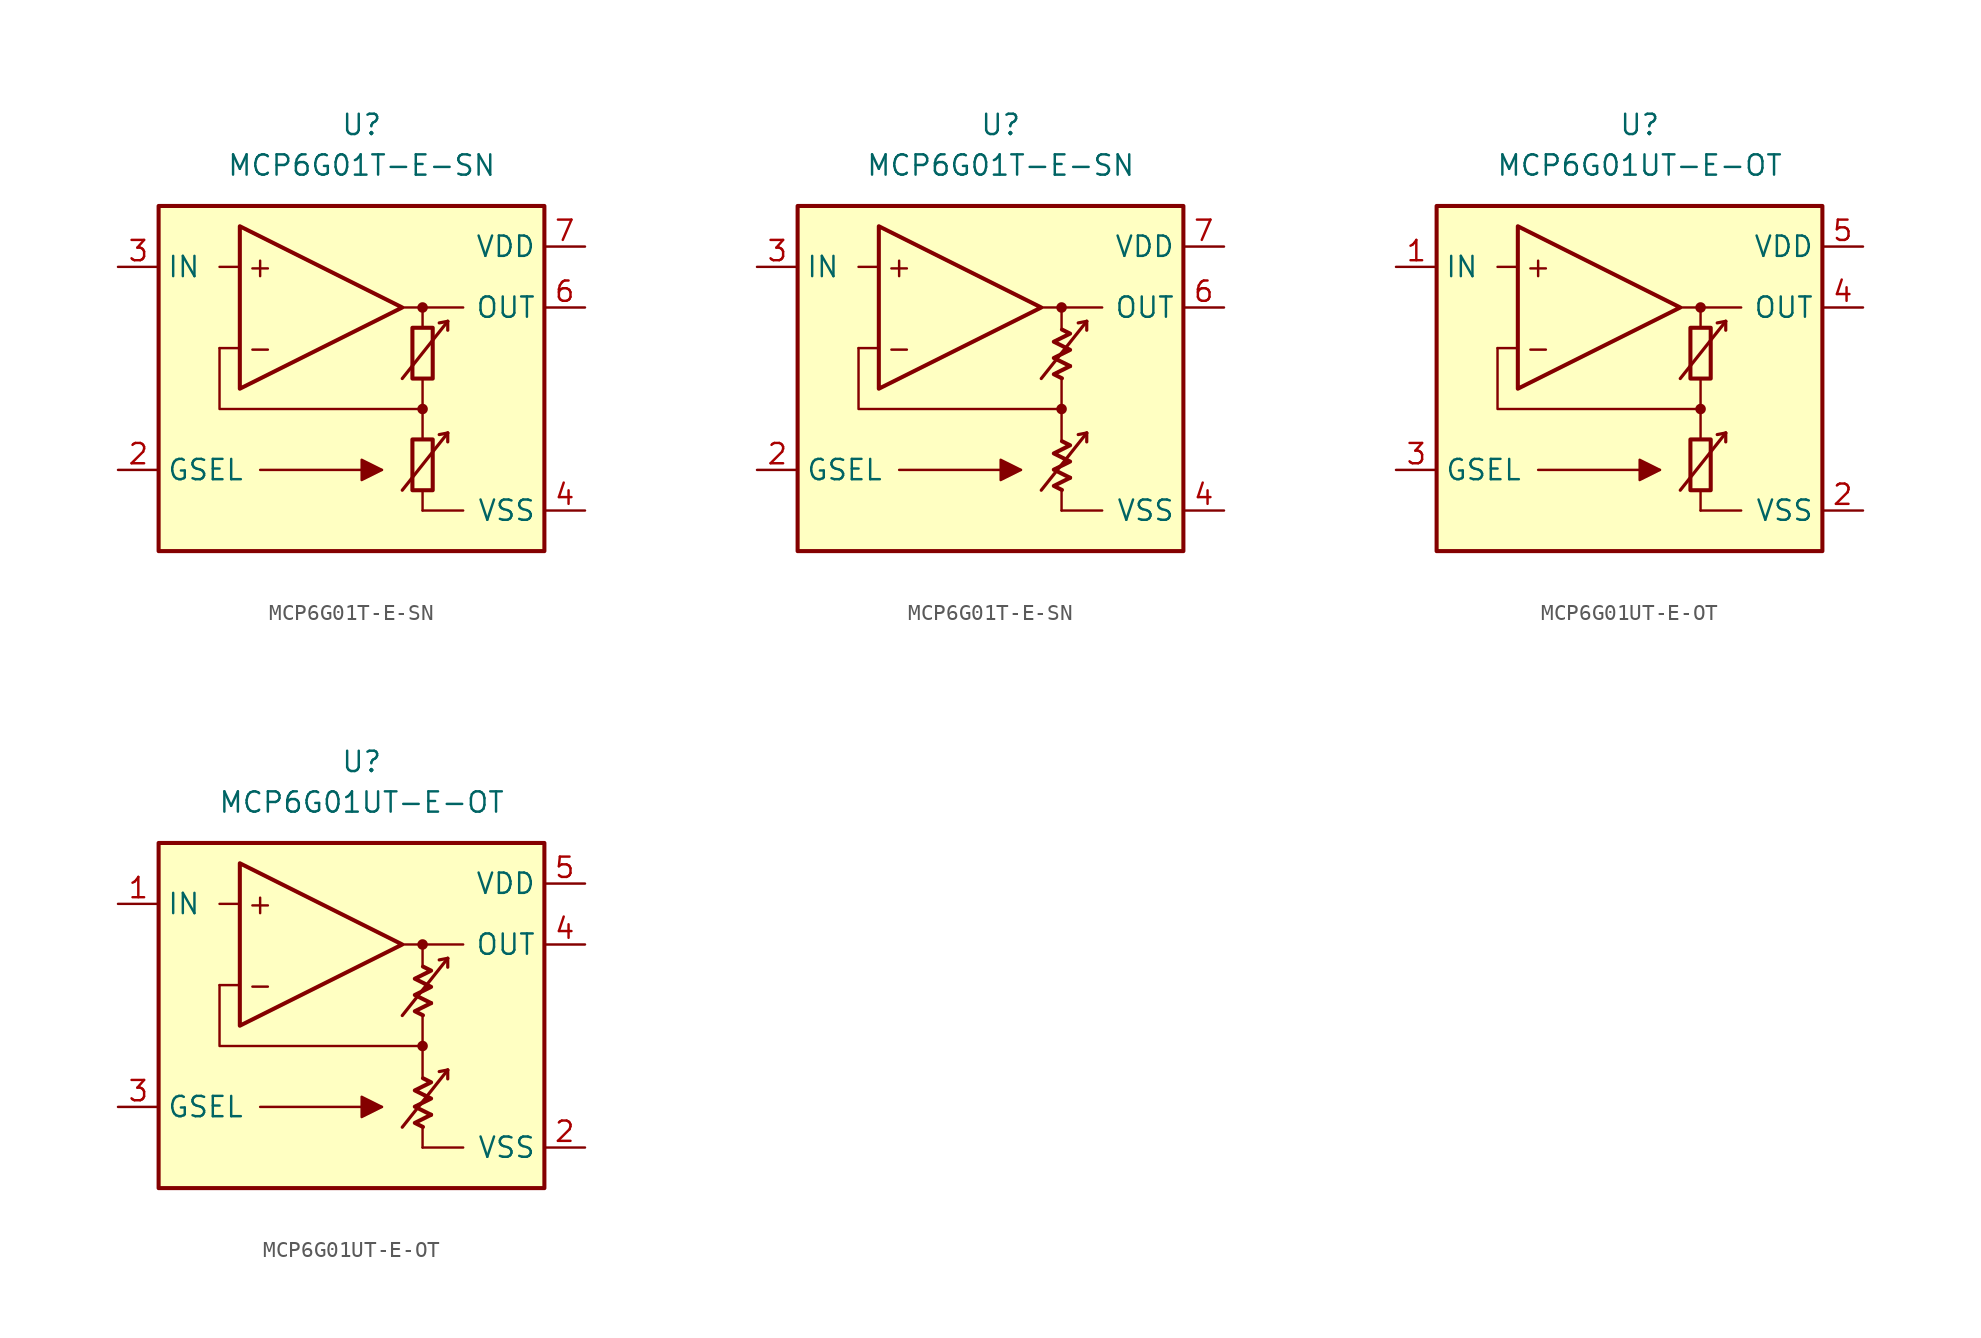
<source format=kicad_sym>
(kicad_symbol_lib
  (version 20231120)
  (generator "kicad_symbol_editor")
  (generator_version "8.0")
  (symbol "MCP6G01T-E-SN"
    (property "Reference" "U"
      (at 0 16.51 0)
      (effects (font (size 1.27 1.27))))
    (property "Value" "MCP6G01T-E-SN"
      (at 0 13.97 0)
      (effects (font (size 1.27 1.27))))
    (symbol "MCP6G01T-E-SN_0_0"
      (rectangle (start -12.7 11.43) (end 11.43 -10.16) (stroke (width 0.254) (type default)) (fill (type background)))
      (polyline (pts (xy 3.81 -3.81)) (stroke (width 0.152) (type default)) (fill (type none)))
      (polyline (pts (xy 3.81 -3.175)) (stroke (width 0.152) (type default)) (fill (type none)))
      (polyline (pts (xy 3.81 3.81)) (stroke (width 0.152) (type default)) (fill (type none)))
      (polyline (pts (xy 3.81 3.81)) (stroke (width 0.152) (type default)) (fill (type none)))
      (polyline (pts (xy -7.62 2.54) (xy -8.89 2.54)) (stroke (width 0.152) (type default)) (fill (type none)))
      (polyline (pts (xy -7.62 7.62) (xy -8.89 7.62)) (stroke (width 0.152) (type default)) (fill (type none)))
      (polyline (pts (xy 2.54 5.08) (xy 6.35 5.08)) (stroke (width 0.152) (type default)) (fill (type none)))
      (polyline (pts (xy 3.81 -7.62) (xy 6.35 -7.62)) (stroke (width 0.152) (type default)) (fill (type none)))
      (polyline (pts (xy 3.81 -6.35) (xy 3.81 -7.62)) (stroke (width 0.152) (type default)) (fill (type none)))
      (polyline (pts (xy 3.81 -1.27) (xy 3.81 -3.175)) (stroke (width 0.152) (type default)) (fill (type none)))
      (polyline (pts (xy 3.81 0.635) (xy 3.81 -1.27)) (stroke (width 0.152) (type default)) (fill (type none)))
      (polyline (pts (xy 3.81 5.08) (xy 3.81 3.81)) (stroke (width 0.152) (type default)) (fill (type none)))
      (polyline (pts (xy 3.81 -1.27) (xy -8.89 -1.27) (xy -8.89 2.54)) (stroke (width 0.152) (type default)) (fill (type none)))
      (circle (center 3.81 -1.27) (radius 0.254) (stroke (width 0.152) (type default)) (fill (type outline)))
      (circle (center 3.81 5.08) (radius 0.254) (stroke (width 0.152) (type default)) (fill (type outline)))
      (text "+" (at -6.35 7.62 0) (effects (font (size 1.27 1.27))))
      (text "-" (at -6.35 2.54 0) (effects (font (size 1.27 1.27)))))
    (symbol "MCP6G01T-E-SN_0_1"
      (rectangle (start 3.175 -3.175) (end 4.445 -6.35) (stroke (width 0.254) (type default)) (fill (type none)))
      (rectangle (start 3.175 3.81) (end 4.445 0.635) (stroke (width 0.254) (type default)) (fill (type none))))
    (symbol "MCP6G01T-E-SN_0_2"
      (polyline (pts (xy 4.343 -5.572) (xy 3.326 -6.08) (xy 3.834 -6.333)) (stroke (width 0.254) (type default)) (fill (type none)))
      (polyline (pts (xy 4.343 1.413) (xy 3.326 0.905) (xy 3.834 0.651)) (stroke (width 0.254) (type default)) (fill (type none)))
      (polyline (pts (xy 3.834 -3.285) (xy 4.343 -3.539) (xy 3.326 -4.048) (xy 4.343 -4.556) (xy 3.326 -5.064) (xy 4.343 -5.572)) (stroke (width 0.254) (type default)) (fill (type none)))
      (polyline (pts (xy 3.834 3.7) (xy 4.343 3.446) (xy 3.326 2.938) (xy 4.343 2.429) (xy 3.326 1.921) (xy 4.343 1.413)) (stroke (width 0.254) (type default)) (fill (type none))))
    (symbol "MCP6G01T-E-SN_1_0"
      (polyline (pts (xy -6.35 -5.08) (xy 1.27 -5.08)) (stroke (width 0.152) (type default)) (fill (type none)))
      (polyline (pts (xy 5.385 -2.769) (xy 4.851 -2.87)) (stroke (width 0.2) (type default)) (fill (type none)))
      (polyline (pts (xy 5.385 -2.769) (xy 5.385 -3.327)) (stroke (width 0.2) (type default)) (fill (type none)))
      (polyline (pts (xy 5.385 4.216) (xy 4.851 4.115)) (stroke (width 0.2) (type default)) (fill (type none)))
      (polyline (pts (xy 5.385 4.216) (xy 5.385 3.658)) (stroke (width 0.2) (type default)) (fill (type none)))
      (polyline (pts (xy -7.62 10.16) (xy -7.62 0) (xy 2.54 5.08) (xy -7.62 10.16)) (stroke (width 0.254) (type default)) (fill (type background)))
      (polyline (pts (xy 2.54 -6.35) (xy 5.385 -2.769) (xy 5.385 -2.769) (xy 5.385 -2.769)) (stroke (width 0.2) (type default)) (fill (type none)))
      (polyline (pts (xy 2.54 0.635) (xy 5.385 4.216) (xy 5.385 4.216) (xy 5.385 4.216)) (stroke (width 0.2) (type default)) (fill (type none)))
      (polyline (pts (xy 1.27 -5.08) (xy 0 -4.445) (xy 0 -5.715) (xy 1.27 -5.08) (xy 0 -4.445)) (stroke (width 0.152) (type default)) (fill (type outline))))
    (symbol "MCP6G01T-E-SN_1_1"
      (pin free line (at -1.27 -5.08 0) (length 2.54) hide (name "NC" (effects (font (size 1.27 1.27)))) (number "1" (effects (font (size 1.27 1.27)))))
      (pin input line (at -15.24 -5.08 0) (length 2.54) (name "GSEL" (effects (font (size 1.27 1.27)))) (number "2" (effects (font (size 1.27 1.27)))))
      (pin input line (at -15.24 7.62 0) (length 2.54) (name "IN" (effects (font (size 1.27 1.27)))) (number "3" (effects (font (size 1.27 1.27)))))
      (pin power_in line (at 13.97 -7.62 180) (length 2.54) (name "VSS" (effects (font (size 1.27 1.27)))) (number "4" (effects (font (size 1.27 1.27)))))
      (pin free line (at -1.27 -7.62 0) (length 2.54) hide (name "NC" (effects (font (size 1.27 1.27)))) (number "5" (effects (font (size 1.27 1.27)))))
      (pin output line (at 13.97 5.08 180) (length 2.54) (name "OUT" (effects (font (size 1.27 1.27)))) (number "6" (effects (font (size 1.27 1.27)))))
      (pin power_in line (at 13.97 8.89 180) (length 2.54) (name "VDD" (effects (font (size 1.27 1.27)))) (number "7" (effects (font (size 1.27 1.27)))))
      (pin free line (at -1.27 -2.54 0) (length 2.54) hide (name "NC" (effects (font (size 1.27 1.27)))) (number "8" (effects (font (size 1.27 1.27))))))
    (symbol "MCP6G01T-E-SN_1_2"
      (pin no_connect line (at -1.27 -5.08 0) (length 2.54) hide (name "NC" (effects (font (size 1.27 1.27)))) (number "1" (effects (font (size 1.27 1.27)))))
      (pin input line (at -15.24 -5.08 0) (length 2.54) (name "GSEL" (effects (font (size 1.27 1.27)))) (number "2" (effects (font (size 1.27 1.27)))))
      (pin input line (at -15.24 7.62 0) (length 2.54) (name "IN" (effects (font (size 1.27 1.27)))) (number "3" (effects (font (size 1.27 1.27)))))
      (pin power_in line (at 13.97 -7.62 180) (length 2.54) (name "VSS" (effects (font (size 1.27 1.27)))) (number "4" (effects (font (size 1.27 1.27)))))
      (pin no_connect line (at -1.27 -7.62 0) (length 2.54) hide (name "NC" (effects (font (size 1.27 1.27)))) (number "5" (effects (font (size 1.27 1.27)))))
      (pin output line (at 13.97 5.08 180) (length 2.54) (name "OUT" (effects (font (size 1.27 1.27)))) (number "6" (effects (font (size 1.27 1.27)))))
      (pin power_in line (at 13.97 8.89 180) (length 2.54) (name "VDD" (effects (font (size 1.27 1.27)))) (number "7" (effects (font (size 1.27 1.27)))))
      (pin no_connect line (at -1.27 -2.54 0) (length 2.54) hide (name "NC" (effects (font (size 1.27 1.27)))) (number "8" (effects (font (size 1.27 1.27)))))))
  (symbol "MCP6G01UT-E-OT"
    (property "Reference" "U"
      (at 0 16.51 0)
      (effects (font (size 1.27 1.27))))
    (property "Value" "MCP6G01UT-E-OT"
      (at 0 13.97 0)
      (effects (font (size 1.27 1.27))))
    (symbol "MCP6G01UT-E-OT_0_0"
      (rectangle (start -12.7 11.43) (end 11.43 -10.16) (stroke (width 0.254) (type default)) (fill (type background)))
      (polyline (pts (xy 3.81 -3.81)) (stroke (width 0.152) (type default)) (fill (type none)))
      (polyline (pts (xy 3.81 -3.175)) (stroke (width 0.152) (type default)) (fill (type none)))
      (polyline (pts (xy 3.81 3.81)) (stroke (width 0.152) (type default)) (fill (type none)))
      (polyline (pts (xy 3.81 3.81)) (stroke (width 0.152) (type default)) (fill (type none)))
      (polyline (pts (xy -7.62 2.54) (xy -8.89 2.54)) (stroke (width 0.152) (type default)) (fill (type none)))
      (polyline (pts (xy -7.62 7.62) (xy -8.89 7.62)) (stroke (width 0.152) (type default)) (fill (type none)))
      (polyline (pts (xy 2.54 5.08) (xy 6.35 5.08)) (stroke (width 0.152) (type default)) (fill (type none)))
      (polyline (pts (xy 3.81 -7.62) (xy 6.35 -7.62)) (stroke (width 0.152) (type default)) (fill (type none)))
      (polyline (pts (xy 3.81 -6.35) (xy 3.81 -7.62)) (stroke (width 0.152) (type default)) (fill (type none)))
      (polyline (pts (xy 3.81 -1.27) (xy 3.81 -3.175)) (stroke (width 0.152) (type default)) (fill (type none)))
      (polyline (pts (xy 3.81 0.635) (xy 3.81 -1.27)) (stroke (width 0.152) (type default)) (fill (type none)))
      (polyline (pts (xy 3.81 5.08) (xy 3.81 3.81)) (stroke (width 0.152) (type default)) (fill (type none)))
      (polyline (pts (xy 3.81 -1.27) (xy -8.89 -1.27) (xy -8.89 2.54)) (stroke (width 0.152) (type default)) (fill (type none)))
      (circle (center 3.81 -1.27) (radius 0.254) (stroke (width 0.152) (type default)) (fill (type outline)))
      (circle (center 3.81 5.08) (radius 0.254) (stroke (width 0.152) (type default)) (fill (type outline)))
      (text "+" (at -6.35 7.62 0) (effects (font (size 1.27 1.27))))
      (text "-" (at -6.35 2.54 0) (effects (font (size 1.27 1.27)))))
    (symbol "MCP6G01UT-E-OT_0_1"
      (rectangle (start 3.175 -3.175) (end 4.445 -6.35) (stroke (width 0.254) (type default)) (fill (type none)))
      (rectangle (start 3.175 3.81) (end 4.445 0.635) (stroke (width 0.254) (type default)) (fill (type none))))
    (symbol "MCP6G01UT-E-OT_0_2"
      (polyline (pts (xy 4.343 -5.572) (xy 3.326 -6.08) (xy 3.834 -6.333)) (stroke (width 0.254) (type default)) (fill (type none)))
      (polyline (pts (xy 4.343 1.413) (xy 3.326 0.905) (xy 3.834 0.651)) (stroke (width 0.254) (type default)) (fill (type none)))
      (polyline (pts (xy 3.834 -3.285) (xy 4.343 -3.539) (xy 3.326 -4.048) (xy 4.343 -4.556) (xy 3.326 -5.064) (xy 4.343 -5.572)) (stroke (width 0.254) (type default)) (fill (type none)))
      (polyline (pts (xy 3.834 3.7) (xy 4.343 3.446) (xy 3.326 2.938) (xy 4.343 2.429) (xy 3.326 1.921) (xy 4.343 1.413)) (stroke (width 0.254) (type default)) (fill (type none))))
    (symbol "MCP6G01UT-E-OT_1_0"
      (polyline (pts (xy -6.35 -5.08) (xy 1.27 -5.08)) (stroke (width 0.152) (type default)) (fill (type none)))
      (polyline (pts (xy 5.385 -2.769) (xy 4.851 -2.87)) (stroke (width 0.2) (type default)) (fill (type none)))
      (polyline (pts (xy 5.385 -2.769) (xy 5.385 -3.327)) (stroke (width 0.2) (type default)) (fill (type none)))
      (polyline (pts (xy 5.385 4.216) (xy 4.851 4.115)) (stroke (width 0.2) (type default)) (fill (type none)))
      (polyline (pts (xy 5.385 4.216) (xy 5.385 3.658)) (stroke (width 0.2) (type default)) (fill (type none)))
      (polyline (pts (xy -7.62 10.16) (xy -7.62 0) (xy 2.54 5.08) (xy -7.62 10.16)) (stroke (width 0.254) (type default)) (fill (type background)))
      (polyline (pts (xy 2.54 -6.35) (xy 5.385 -2.769) (xy 5.385 -2.769) (xy 5.385 -2.769)) (stroke (width 0.2) (type default)) (fill (type none)))
      (polyline (pts (xy 2.54 0.635) (xy 5.385 4.216) (xy 5.385 4.216) (xy 5.385 4.216)) (stroke (width 0.2) (type default)) (fill (type none)))
      (polyline (pts (xy 1.27 -5.08) (xy 0 -4.445) (xy 0 -5.715) (xy 1.27 -5.08) (xy 0 -4.445)) (stroke (width 0.152) (type default)) (fill (type outline))))
    (symbol "MCP6G01UT-E-OT_1_1"
      (pin input line (at -15.24 7.62 0) (length 2.54) (name "IN" (effects (font (size 1.27 1.27)))) (number "1" (effects (font (size 1.27 1.27)))))
      (pin power_in line (at 13.97 -7.62 180) (length 2.54) (name "VSS" (effects (font (size 1.27 1.27)))) (number "2" (effects (font (size 1.27 1.27)))))
      (pin input line (at -15.24 -5.08 0) (length 2.54) (name "GSEL" (effects (font (size 1.27 1.27)))) (number "3" (effects (font (size 1.27 1.27)))))
      (pin output line (at 13.97 5.08 180) (length 2.54) (name "OUT" (effects (font (size 1.27 1.27)))) (number "4" (effects (font (size 1.27 1.27)))))
      (pin power_in line (at 13.97 8.89 180) (length 2.54) (name "VDD" (effects (font (size 1.27 1.27)))) (number "5" (effects (font (size 1.27 1.27))))))
    (symbol "MCP6G01UT-E-OT_1_2"
      (pin input line (at -15.24 7.62 0) (length 2.54) (name "IN" (effects (font (size 1.27 1.27)))) (number "1" (effects (font (size 1.27 1.27)))))
      (pin power_in line (at 13.97 -7.62 180) (length 2.54) (name "VSS" (effects (font (size 1.27 1.27)))) (number "2" (effects (font (size 1.27 1.27)))))
      (pin input line (at -15.24 -5.08 0) (length 2.54) (name "GSEL" (effects (font (size 1.27 1.27)))) (number "3" (effects (font (size 1.27 1.27)))))
      (pin output line (at 13.97 5.08 180) (length 2.54) (name "OUT" (effects (font (size 1.27 1.27)))) (number "4" (effects (font (size 1.27 1.27)))))
      (pin power_in line (at 13.97 8.89 180) (length 2.54) (name "VDD" (effects (font (size 1.27 1.27)))) (number "5" (effects (font (size 1.27 1.27))))))))
</source>
